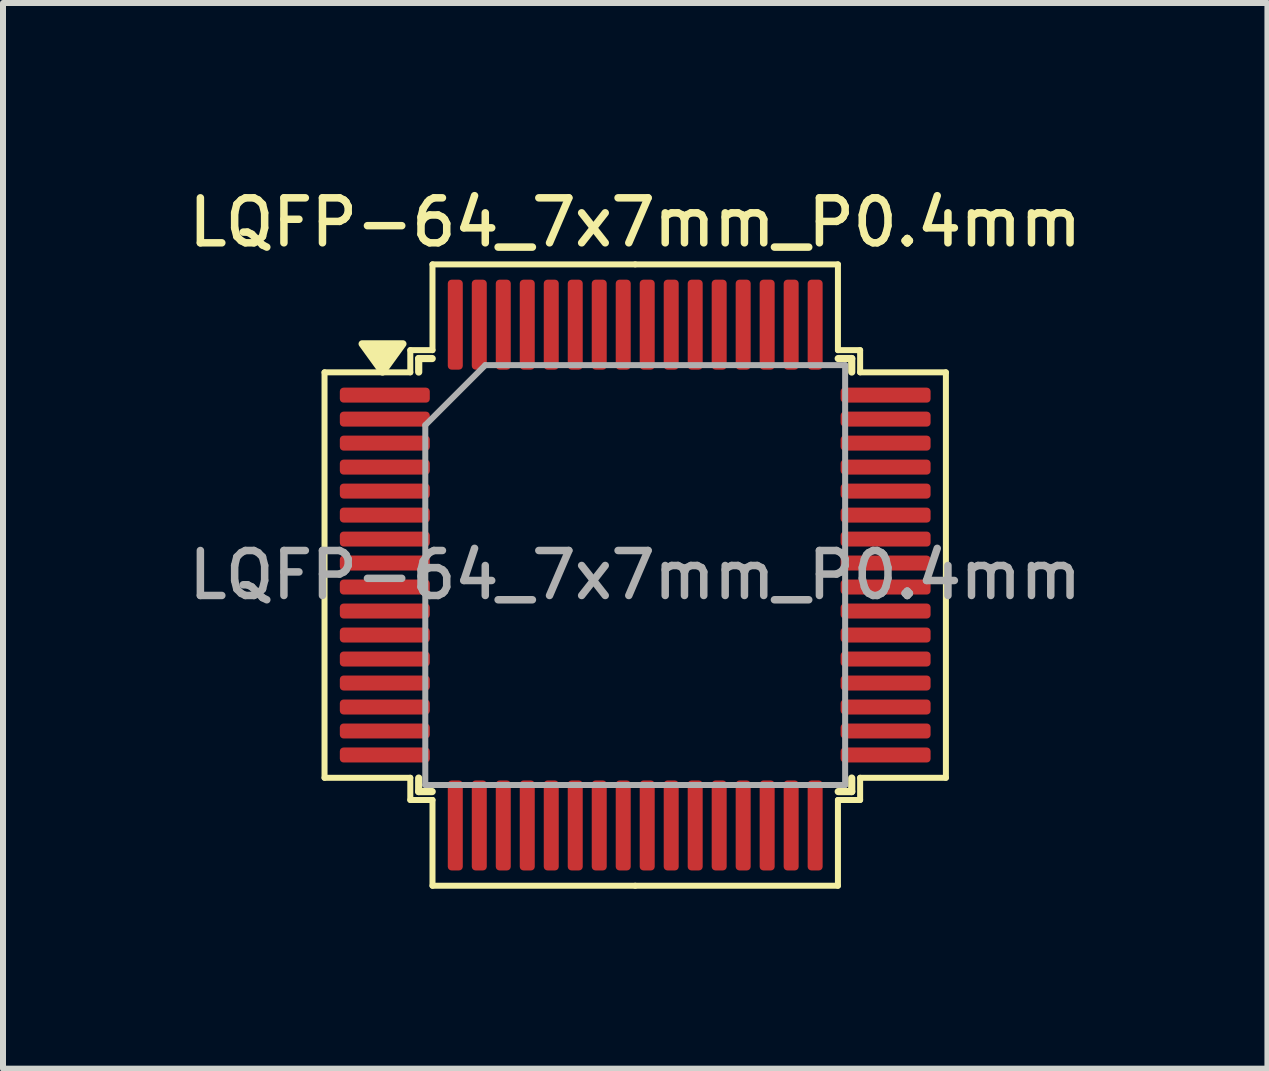
<source format=kicad_pcb>
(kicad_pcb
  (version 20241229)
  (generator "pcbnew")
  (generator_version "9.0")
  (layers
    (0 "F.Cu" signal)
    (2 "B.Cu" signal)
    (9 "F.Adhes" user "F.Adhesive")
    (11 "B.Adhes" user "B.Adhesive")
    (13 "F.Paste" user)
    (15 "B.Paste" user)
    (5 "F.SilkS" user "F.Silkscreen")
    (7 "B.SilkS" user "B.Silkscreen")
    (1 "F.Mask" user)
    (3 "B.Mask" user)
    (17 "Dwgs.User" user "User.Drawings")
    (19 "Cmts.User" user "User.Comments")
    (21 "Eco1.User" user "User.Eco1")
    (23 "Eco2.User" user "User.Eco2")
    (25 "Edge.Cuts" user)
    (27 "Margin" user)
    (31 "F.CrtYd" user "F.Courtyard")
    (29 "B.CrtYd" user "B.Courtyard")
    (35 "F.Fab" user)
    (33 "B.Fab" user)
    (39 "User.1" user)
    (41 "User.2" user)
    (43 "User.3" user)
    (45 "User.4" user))
  (footprint "LQFP-64_7x7mm_P0.4mm"
    (layer "F.Cu")
    (at 7.541 6.538)
    (property "Reference" "LQFP-64_7x7mm_P0.4mm" (at 0 -5.88 0) (layer "F.SilkS") (effects (font (size 0.75 0.75) (thickness 0.125))))
    (attr smd)
    (fp_line (start -5.18 -3.38) (end -5.18 0) (stroke (width 0.1) (type solid)) (layer "F.SilkS"))
    (fp_line (start -5.18 3.38) (end -5.18 0) (stroke (width 0.1) (type solid)) (layer "F.SilkS"))
    (fp_line (start -3.75 -3.75) (end -3.75 -3.38) (stroke (width 0.1) (type solid)) (layer "F.SilkS"))
    (fp_line (start -3.75 -3.38) (end -5.18 -3.38) (stroke (width 0.1) (type solid)) (layer "F.SilkS"))
    (fp_line (start -3.75 3.38) (end -5.18 3.38) (stroke (width 0.1) (type solid)) (layer "F.SilkS"))
    (fp_line (start -3.75 3.75) (end -3.75 3.38) (stroke (width 0.1) (type solid)) (layer "F.SilkS"))
    (fp_line (start -3.61 -3.61) (end -3.61 -3.385) (stroke (width 0.12) (type solid)) (layer "F.SilkS"))
    (fp_line (start -3.61 3.61) (end -3.61 3.385) (stroke (width 0.12) (type solid)) (layer "F.SilkS"))
    (fp_line (start -3.385 -3.61) (end -3.61 -3.61) (stroke (width 0.12) (type solid)) (layer "F.SilkS"))
    (fp_line (start -3.385 3.61) (end -3.61 3.61) (stroke (width 0.12) (type solid)) (layer "F.SilkS"))
    (fp_line (start -3.38 -5.18) (end -3.38 -3.75) (stroke (width 0.1) (type solid)) (layer "F.SilkS"))
    (fp_line (start -3.38 -3.75) (end -3.75 -3.75) (stroke (width 0.1) (type solid)) (layer "F.SilkS"))
    (fp_line (start -3.38 3.75) (end -3.75 3.75) (stroke (width 0.1) (type solid)) (layer "F.SilkS"))
    (fp_line (start -3.38 5.18) (end -3.38 3.75) (stroke (width 0.1) (type solid)) (layer "F.SilkS"))
    (fp_line (start 0 -5.18) (end -3.38 -5.18) (stroke (width 0.1) (type solid)) (layer "F.SilkS"))
    (fp_line (start 0 -5.18) (end 3.38 -5.18) (stroke (width 0.1) (type solid)) (layer "F.SilkS"))
    (fp_line (start 0 5.18) (end -3.38 5.18) (stroke (width 0.1) (type solid)) (layer "F.SilkS"))
    (fp_line (start 0 5.18) (end 3.38 5.18) (stroke (width 0.1) (type solid)) (layer "F.SilkS"))
    (fp_line (start 3.38 -5.18) (end 3.38 -3.75) (stroke (width 0.1) (type solid)) (layer "F.SilkS"))
    (fp_line (start 3.38 -3.75) (end 3.75 -3.75) (stroke (width 0.1) (type solid)) (layer "F.SilkS"))
    (fp_line (start 3.38 3.75) (end 3.75 3.75) (stroke (width 0.1) (type solid)) (layer "F.SilkS"))
    (fp_line (start 3.38 5.18) (end 3.38 3.75) (stroke (width 0.1) (type solid)) (layer "F.SilkS"))
    (fp_line (start 3.385 -3.61) (end 3.61 -3.61) (stroke (width 0.12) (type solid)) (layer "F.SilkS"))
    (fp_line (start 3.385 3.61) (end 3.61 3.61) (stroke (width 0.12) (type solid)) (layer "F.SilkS"))
    (fp_line (start 3.61 -3.61) (end 3.61 -3.385) (stroke (width 0.12) (type solid)) (layer "F.SilkS"))
    (fp_line (start 3.61 3.61) (end 3.61 3.385) (stroke (width 0.12) (type solid)) (layer "F.SilkS"))
    (fp_line (start 3.75 -3.75) (end 3.75 -3.38) (stroke (width 0.1) (type solid)) (layer "F.SilkS"))
    (fp_line (start 3.75 -3.38) (end 5.18 -3.38) (stroke (width 0.1) (type solid)) (layer "F.SilkS"))
    (fp_line (start 3.75 3.38) (end 5.18 3.38) (stroke (width 0.1) (type solid)) (layer "F.SilkS"))
    (fp_line (start 3.75 3.75) (end 3.75 3.38) (stroke (width 0.1) (type solid)) (layer "F.SilkS"))
    (fp_line (start 5.18 -3.38) (end 5.18 0) (stroke (width 0.1) (type solid)) (layer "F.SilkS"))
    (fp_line (start 5.18 3.38) (end 5.18 0) (stroke (width 0.1) (type solid)) (layer "F.SilkS"))
    (fp_poly (pts (xy -4.213 -3.385) (xy -4.553 -3.855) (xy -3.873 -3.855) (xy -4.213 -3.385)) (stroke (width 0.12) (type solid)) (fill yes) (layer "F.SilkS"))
    (fp_line (start -3.5 -2.5) (end -2.5 -3.5) (stroke (width 0.1) (type solid)) (layer "F.Fab"))
    (fp_line (start -3.5 3.5) (end -3.5 -2.5) (stroke (width 0.1) (type solid)) (layer "F.Fab"))
    (fp_line (start -2.5 -3.5) (end 3.5 -3.5) (stroke (width 0.1) (type solid)) (layer "F.Fab"))
    (fp_line (start 3.5 -3.5) (end 3.5 3.5) (stroke (width 0.1) (type solid)) (layer "F.Fab"))
    (fp_line (start 3.5 3.5) (end -3.5 3.5) (stroke (width 0.1) (type solid)) (layer "F.Fab"))
    (fp_text user "${REFERENCE}" (at 0 0 0) (layer "F.Fab") (effects (font (size 0.75 0.75) (thickness 0.125))))
    (pad "1" smd roundrect (at -4.175 -3) (size 1.5 0.25) (layers "F.Cu" "F.Mask" "F.Paste") (roundrect_rratio 0.25))
    (pad "2" smd roundrect (at -4.175 -2.6) (size 1.5 0.25) (layers "F.Cu" "F.Mask" "F.Paste") (roundrect_rratio 0.25))
    (pad "3" smd roundrect (at -4.175 -2.2) (size 1.5 0.25) (layers "F.Cu" "F.Mask" "F.Paste") (roundrect_rratio 0.25))
    (pad "4" smd roundrect (at -4.175 -1.8) (size 1.5 0.25) (layers "F.Cu" "F.Mask" "F.Paste") (roundrect_rratio 0.25))
    (pad "5" smd roundrect (at -4.175 -1.4) (size 1.5 0.25) (layers "F.Cu" "F.Mask" "F.Paste") (roundrect_rratio 0.25))
    (pad "6" smd roundrect (at -4.175 -1) (size 1.5 0.25) (layers "F.Cu" "F.Mask" "F.Paste") (roundrect_rratio 0.25))
    (pad "7" smd roundrect (at -4.175 -0.6) (size 1.5 0.25) (layers "F.Cu" "F.Mask" "F.Paste") (roundrect_rratio 0.25))
    (pad "8" smd roundrect (at -4.175 -0.2) (size 1.5 0.25) (layers "F.Cu" "F.Mask" "F.Paste") (roundrect_rratio 0.25))
    (pad "9" smd roundrect (at -4.175 0.2) (size 1.5 0.25) (layers "F.Cu" "F.Mask" "F.Paste") (roundrect_rratio 0.25))
    (pad "10" smd roundrect (at -4.175 0.6) (size 1.5 0.25) (layers "F.Cu" "F.Mask" "F.Paste") (roundrect_rratio 0.25))
    (pad "11" smd roundrect (at -4.175 1) (size 1.5 0.25) (layers "F.Cu" "F.Mask" "F.Paste") (roundrect_rratio 0.25))
    (pad "12" smd roundrect (at -4.175 1.4) (size 1.5 0.25) (layers "F.Cu" "F.Mask" "F.Paste") (roundrect_rratio 0.25))
    (pad "13" smd roundrect (at -4.175 1.8) (size 1.5 0.25) (layers "F.Cu" "F.Mask" "F.Paste") (roundrect_rratio 0.25))
    (pad "14" smd roundrect (at -4.175 2.2) (size 1.5 0.25) (layers "F.Cu" "F.Mask" "F.Paste") (roundrect_rratio 0.25))
    (pad "15" smd roundrect (at -4.175 2.6) (size 1.5 0.25) (layers "F.Cu" "F.Mask" "F.Paste") (roundrect_rratio 0.25))
    (pad "16" smd roundrect (at -4.175 3) (size 1.5 0.25) (layers "F.Cu" "F.Mask" "F.Paste") (roundrect_rratio 0.25))
    (pad "17" smd roundrect (at -3 4.175) (size 0.25 1.5) (layers "F.Cu" "F.Mask" "F.Paste") (roundrect_rratio 0.25))
    (pad "18" smd roundrect (at -2.6 4.175) (size 0.25 1.5) (layers "F.Cu" "F.Mask" "F.Paste") (roundrect_rratio 0.25))
    (pad "19" smd roundrect (at -2.2 4.175) (size 0.25 1.5) (layers "F.Cu" "F.Mask" "F.Paste") (roundrect_rratio 0.25))
    (pad "20" smd roundrect (at -1.8 4.175) (size 0.25 1.5) (layers "F.Cu" "F.Mask" "F.Paste") (roundrect_rratio 0.25))
    (pad "21" smd roundrect (at -1.4 4.175) (size 0.25 1.5) (layers "F.Cu" "F.Mask" "F.Paste") (roundrect_rratio 0.25))
    (pad "22" smd roundrect (at -1 4.175) (size 0.25 1.5) (layers "F.Cu" "F.Mask" "F.Paste") (roundrect_rratio 0.25))
    (pad "23" smd roundrect (at -0.6 4.175) (size 0.25 1.5) (layers "F.Cu" "F.Mask" "F.Paste") (roundrect_rratio 0.25))
    (pad "24" smd roundrect (at -0.2 4.175) (size 0.25 1.5) (layers "F.Cu" "F.Mask" "F.Paste") (roundrect_rratio 0.25))
    (pad "25" smd roundrect (at 0.2 4.175) (size 0.25 1.5) (layers "F.Cu" "F.Mask" "F.Paste") (roundrect_rratio 0.25))
    (pad "26" smd roundrect (at 0.6 4.175) (size 0.25 1.5) (layers "F.Cu" "F.Mask" "F.Paste") (roundrect_rratio 0.25))
    (pad "27" smd roundrect (at 1 4.175) (size 0.25 1.5) (layers "F.Cu" "F.Mask" "F.Paste") (roundrect_rratio 0.25))
    (pad "28" smd roundrect (at 1.4 4.175) (size 0.25 1.5) (layers "F.Cu" "F.Mask" "F.Paste") (roundrect_rratio 0.25))
    (pad "29" smd roundrect (at 1.8 4.175) (size 0.25 1.5) (layers "F.Cu" "F.Mask" "F.Paste") (roundrect_rratio 0.25))
    (pad "30" smd roundrect (at 2.2 4.175) (size 0.25 1.5) (layers "F.Cu" "F.Mask" "F.Paste") (roundrect_rratio 0.25))
    (pad "31" smd roundrect (at 2.6 4.175) (size 0.25 1.5) (layers "F.Cu" "F.Mask" "F.Paste") (roundrect_rratio 0.25))
    (pad "32" smd roundrect (at 3 4.175) (size 0.25 1.5) (layers "F.Cu" "F.Mask" "F.Paste") (roundrect_rratio 0.25))
    (pad "33" smd roundrect (at 4.175 3) (size 1.5 0.25) (layers "F.Cu" "F.Mask" "F.Paste") (roundrect_rratio 0.25))
    (pad "34" smd roundrect (at 4.175 2.6) (size 1.5 0.25) (layers "F.Cu" "F.Mask" "F.Paste") (roundrect_rratio 0.25))
    (pad "35" smd roundrect (at 4.175 2.2) (size 1.5 0.25) (layers "F.Cu" "F.Mask" "F.Paste") (roundrect_rratio 0.25))
    (pad "36" smd roundrect (at 4.175 1.8) (size 1.5 0.25) (layers "F.Cu" "F.Mask" "F.Paste") (roundrect_rratio 0.25))
    (pad "37" smd roundrect (at 4.175 1.4) (size 1.5 0.25) (layers "F.Cu" "F.Mask" "F.Paste") (roundrect_rratio 0.25))
    (pad "38" smd roundrect (at 4.175 1) (size 1.5 0.25) (layers "F.Cu" "F.Mask" "F.Paste") (roundrect_rratio 0.25))
    (pad "39" smd roundrect (at 4.175 0.6) (size 1.5 0.25) (layers "F.Cu" "F.Mask" "F.Paste") (roundrect_rratio 0.25))
    (pad "40" smd roundrect (at 4.175 0.2) (size 1.5 0.25) (layers "F.Cu" "F.Mask" "F.Paste") (roundrect_rratio 0.25))
    (pad "41" smd roundrect (at 4.175 -0.2) (size 1.5 0.25) (layers "F.Cu" "F.Mask" "F.Paste") (roundrect_rratio 0.25))
    (pad "42" smd roundrect (at 4.175 -0.6) (size 1.5 0.25) (layers "F.Cu" "F.Mask" "F.Paste") (roundrect_rratio 0.25))
    (pad "43" smd roundrect (at 4.175 -1) (size 1.5 0.25) (layers "F.Cu" "F.Mask" "F.Paste") (roundrect_rratio 0.25))
    (pad "44" smd roundrect (at 4.175 -1.4) (size 1.5 0.25) (layers "F.Cu" "F.Mask" "F.Paste") (roundrect_rratio 0.25))
    (pad "45" smd roundrect (at 4.175 -1.8) (size 1.5 0.25) (layers "F.Cu" "F.Mask" "F.Paste") (roundrect_rratio 0.25))
    (pad "46" smd roundrect (at 4.175 -2.2) (size 1.5 0.25) (layers "F.Cu" "F.Mask" "F.Paste") (roundrect_rratio 0.25))
    (pad "47" smd roundrect (at 4.175 -2.6) (size 1.5 0.25) (layers "F.Cu" "F.Mask" "F.Paste") (roundrect_rratio 0.25))
    (pad "48" smd roundrect (at 4.175 -3) (size 1.5 0.25) (layers "F.Cu" "F.Mask" "F.Paste") (roundrect_rratio 0.25))
    (pad "49" smd roundrect (at 3 -4.175) (size 0.25 1.5) (layers "F.Cu" "F.Mask" "F.Paste") (roundrect_rratio 0.25))
    (pad "50" smd roundrect (at 2.6 -4.175) (size 0.25 1.5) (layers "F.Cu" "F.Mask" "F.Paste") (roundrect_rratio 0.25))
    (pad "51" smd roundrect (at 2.2 -4.175) (size 0.25 1.5) (layers "F.Cu" "F.Mask" "F.Paste") (roundrect_rratio 0.25))
    (pad "52" smd roundrect (at 1.8 -4.175) (size 0.25 1.5) (layers "F.Cu" "F.Mask" "F.Paste") (roundrect_rratio 0.25))
    (pad "53" smd roundrect (at 1.4 -4.175) (size 0.25 1.5) (layers "F.Cu" "F.Mask" "F.Paste") (roundrect_rratio 0.25))
    (pad "54" smd roundrect (at 1 -4.175) (size 0.25 1.5) (layers "F.Cu" "F.Mask" "F.Paste") (roundrect_rratio 0.25))
    (pad "55" smd roundrect (at 0.6 -4.175) (size 0.25 1.5) (layers "F.Cu" "F.Mask" "F.Paste") (roundrect_rratio 0.25))
    (pad "56" smd roundrect (at 0.2 -4.175) (size 0.25 1.5) (layers "F.Cu" "F.Mask" "F.Paste") (roundrect_rratio 0.25))
    (pad "57" smd roundrect (at -0.2 -4.175) (size 0.25 1.5) (layers "F.Cu" "F.Mask" "F.Paste") (roundrect_rratio 0.25))
    (pad "58" smd roundrect (at -0.6 -4.175) (size 0.25 1.5) (layers "F.Cu" "F.Mask" "F.Paste") (roundrect_rratio 0.25))
    (pad "59" smd roundrect (at -1 -4.175) (size 0.25 1.5) (layers "F.Cu" "F.Mask" "F.Paste") (roundrect_rratio 0.25))
    (pad "60" smd roundrect (at -1.4 -4.175) (size 0.25 1.5) (layers "F.Cu" "F.Mask" "F.Paste") (roundrect_rratio 0.25))
    (pad "61" smd roundrect (at -1.8 -4.175) (size 0.25 1.5) (layers "F.Cu" "F.Mask" "F.Paste") (roundrect_rratio 0.25))
    (pad "62" smd roundrect (at -2.2 -4.175) (size 0.25 1.5) (layers "F.Cu" "F.Mask" "F.Paste") (roundrect_rratio 0.25))
    (pad "63" smd roundrect (at -2.6 -4.175) (size 0.25 1.5) (layers "F.Cu" "F.Mask" "F.Paste") (roundrect_rratio 0.25))
    (pad "64" smd roundrect (at -3 -4.175) (size 0.25 1.5) (layers "F.Cu" "F.Mask" "F.Paste") (roundrect_rratio 0.25)))
  (gr_rect
    (start -3 -3)
    (end 18.082 14.768)
    (stroke (width 0.1) (type default))
    (fill no)
    (layer "Edge.Cuts")))
</source>
